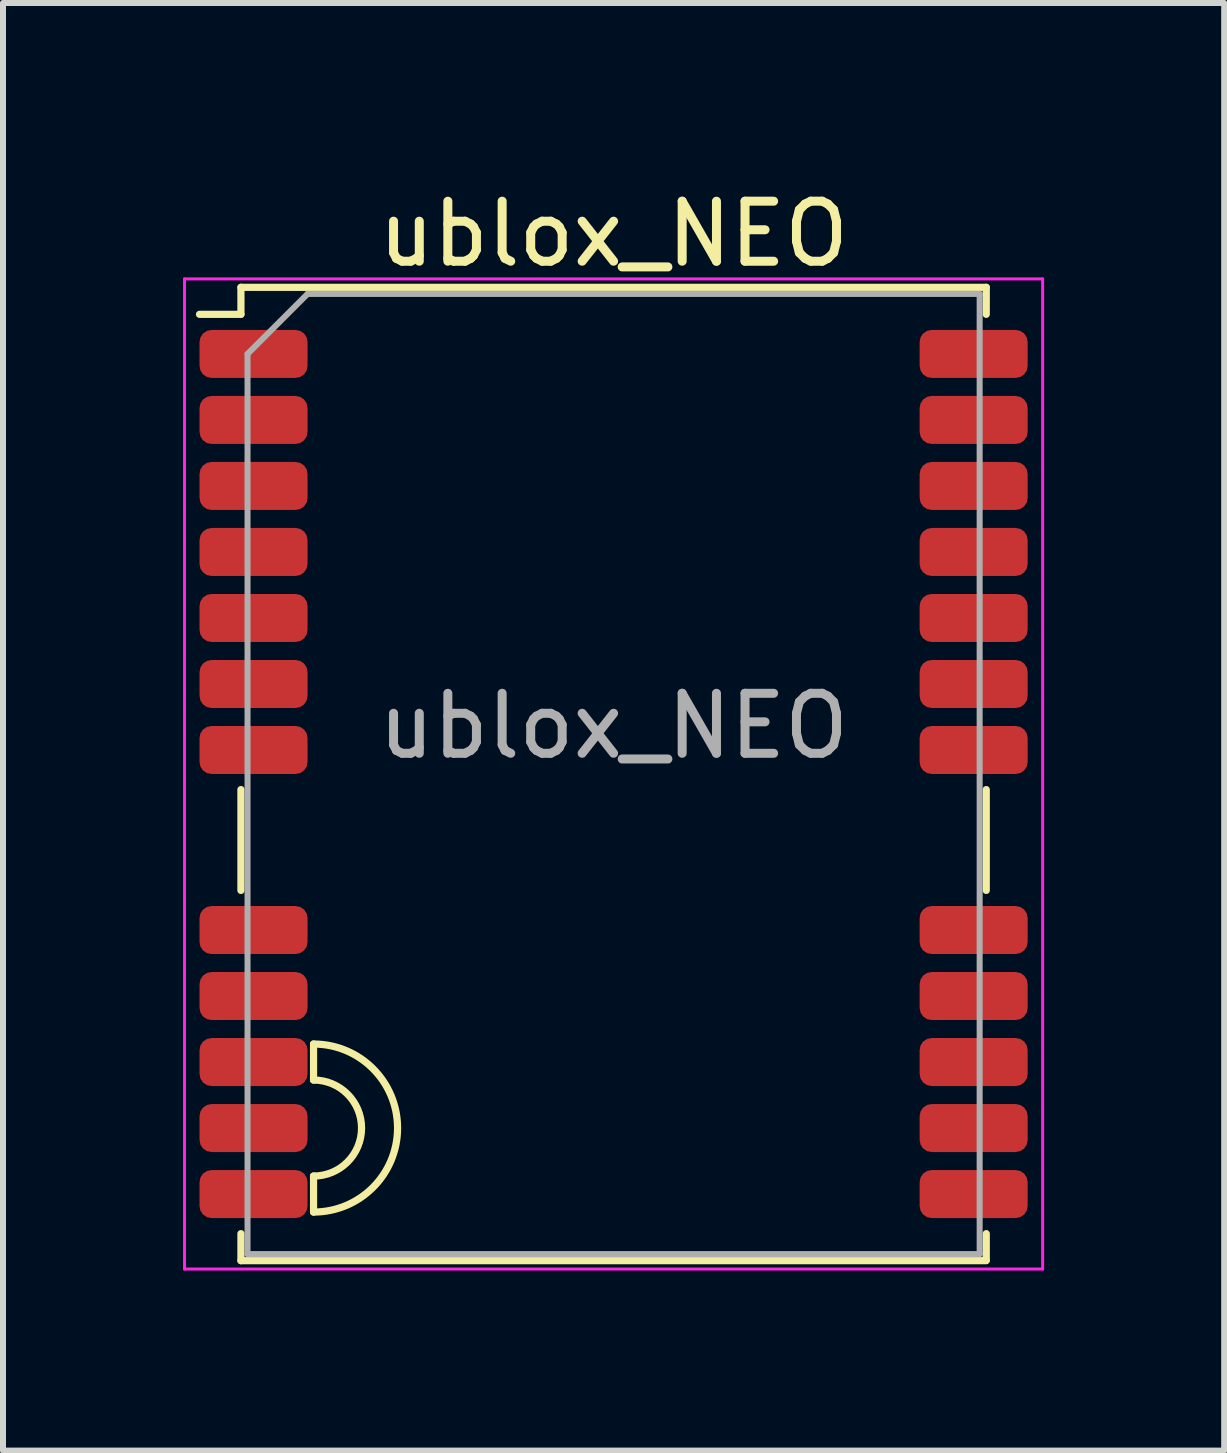
<source format=kicad_pcb>
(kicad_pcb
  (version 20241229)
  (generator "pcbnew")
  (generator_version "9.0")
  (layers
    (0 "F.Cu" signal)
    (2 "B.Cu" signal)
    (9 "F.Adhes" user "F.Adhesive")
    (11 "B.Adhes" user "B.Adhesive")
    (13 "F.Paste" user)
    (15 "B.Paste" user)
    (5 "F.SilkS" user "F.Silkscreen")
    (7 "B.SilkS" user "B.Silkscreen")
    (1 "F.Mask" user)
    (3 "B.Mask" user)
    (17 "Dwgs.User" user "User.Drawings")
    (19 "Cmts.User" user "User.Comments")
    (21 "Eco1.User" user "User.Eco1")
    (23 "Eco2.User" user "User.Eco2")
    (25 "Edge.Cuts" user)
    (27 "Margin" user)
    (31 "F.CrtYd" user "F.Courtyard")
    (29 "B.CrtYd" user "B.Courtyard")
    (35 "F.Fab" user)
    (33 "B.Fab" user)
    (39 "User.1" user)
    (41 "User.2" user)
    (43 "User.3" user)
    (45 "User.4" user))
  (footprint "ublox_NEO"
    (layer "F.Cu")
    (at 7.175 9.848)
    (property "Reference" "ublox_NEO" (at 0 -9 0) (layer "F.SilkS") (effects (font (size 1 1) (thickness 0.15))))
    (attr smd)
    (fp_line (start -6.9 -7.66) (end -6.21 -7.66) (stroke (width 0.12) (type solid)) (layer "F.SilkS"))
    (fp_line (start -6.21 -8.11) (end -6.21 -7.66) (stroke (width 0.12) (type solid)) (layer "F.SilkS"))
    (fp_line (start -6.21 -8.11) (end 6.21 -8.11) (stroke (width 0.12) (type solid)) (layer "F.SilkS"))
    (fp_line (start -6.21 0.26) (end -6.21 1.94) (stroke (width 0.12) (type solid)) (layer "F.SilkS"))
    (fp_line (start -6.21 7.66) (end -6.21 8.11) (stroke (width 0.12) (type solid)) (layer "F.SilkS"))
    (fp_line (start -6.21 8.11) (end 6.21 8.11) (stroke (width 0.12) (type solid)) (layer "F.SilkS"))
    (fp_line (start -5 5.1) (end -5 4.5) (stroke (width 0.12) (type solid)) (layer "F.SilkS"))
    (fp_line (start -5 6.7) (end -5 7.3) (stroke (width 0.12) (type solid)) (layer "F.SilkS"))
    (fp_line (start 6.21 -8.11) (end 6.21 -7.66) (stroke (width 0.12) (type solid)) (layer "F.SilkS"))
    (fp_line (start 6.21 0.26) (end 6.21 1.94) (stroke (width 0.12) (type solid)) (layer "F.SilkS"))
    (fp_line (start 6.21 7.66) (end 6.21 8.1) (stroke (width 0.12) (type solid)) (layer "F.SilkS"))
    (fp_arc (start -5 4.5) (mid -3.6 5.9) (end -5 7.3) (stroke (width 0.12) (type solid)) (layer "F.SilkS"))
    (fp_arc (start -5 5.1) (mid -4.2 5.9) (end -5 6.7) (stroke (width 0.12) (type solid)) (layer "F.SilkS"))
    (fp_line (start -7.15 -8.25) (end -7.15 8.25) (stroke (width 0.05) (type solid)) (layer "F.CrtYd"))
    (fp_line (start -7.15 -8.25) (end 7.15 -8.25) (stroke (width 0.05) (type solid)) (layer "F.CrtYd"))
    (fp_line (start -7.15 8.25) (end 7.15 8.25) (stroke (width 0.05) (type solid)) (layer "F.CrtYd"))
    (fp_line (start 7.15 -8.25) (end 7.15 8.25) (stroke (width 0.05) (type solid)) (layer "F.CrtYd"))
    (fp_line (start -6.1 -7) (end -6.1 8) (stroke (width 0.1) (type solid)) (layer "F.Fab"))
    (fp_line (start -6.1 8) (end 6.1 8) (stroke (width 0.1) (type solid)) (layer "F.Fab"))
    (fp_line (start -5.1 -8) (end -6.1 -7) (stroke (width 0.1) (type solid)) (layer "F.Fab"))
    (fp_line (start -5.1 -8) (end 6.1 -8) (stroke (width 0.1) (type solid)) (layer "F.Fab"))
    (fp_line (start 6.1 -8) (end 6.1 8) (stroke (width 0.1) (type solid)) (layer "F.Fab"))
    (fp_text user "${REFERENCE}" (at 0 -0.8 0) (layer "F.Fab") (effects (font (size 1 1) (thickness 0.15))))
    (pad "1" smd roundrect (at -6 -7) (size 1.8 0.8) (layers "F.Cu" "F.Mask" "F.Paste") (roundrect_rratio 0.25))
    (pad "2" smd roundrect (at -6 -5.9) (size 1.8 0.8) (layers "F.Cu" "F.Mask" "F.Paste") (roundrect_rratio 0.25))
    (pad "3" smd roundrect (at -6 -4.8) (size 1.8 0.8) (layers "F.Cu" "F.Mask" "F.Paste") (roundrect_rratio 0.25))
    (pad "4" smd roundrect (at -6 -3.7) (size 1.8 0.8) (layers "F.Cu" "F.Mask" "F.Paste") (roundrect_rratio 0.25))
    (pad "5" smd roundrect (at -6 -2.6) (size 1.8 0.8) (layers "F.Cu" "F.Mask" "F.Paste") (roundrect_rratio 0.25))
    (pad "6" smd roundrect (at -6 -1.5) (size 1.8 0.8) (layers "F.Cu" "F.Mask" "F.Paste") (roundrect_rratio 0.25))
    (pad "7" smd roundrect (at -6 -0.4) (size 1.8 0.8) (layers "F.Cu" "F.Mask" "F.Paste") (roundrect_rratio 0.25))
    (pad "8" smd roundrect (at -6 2.6) (size 1.8 0.8) (layers "F.Cu" "F.Mask" "F.Paste") (roundrect_rratio 0.25))
    (pad "9" smd roundrect (at -6 3.7) (size 1.8 0.8) (layers "F.Cu" "F.Mask" "F.Paste") (roundrect_rratio 0.25))
    (pad "10" smd roundrect (at -6 4.8) (size 1.8 0.8) (layers "F.Cu" "F.Mask" "F.Paste") (roundrect_rratio 0.25))
    (pad "11" smd roundrect (at -6 5.9) (size 1.8 0.8) (layers "F.Cu" "F.Mask" "F.Paste") (roundrect_rratio 0.25))
    (pad "12" smd roundrect (at -6 7) (size 1.8 0.8) (layers "F.Cu" "F.Mask" "F.Paste") (roundrect_rratio 0.25))
    (pad "13" smd roundrect (at 6 7) (size 1.8 0.8) (layers "F.Cu" "F.Mask" "F.Paste") (roundrect_rratio 0.25))
    (pad "14" smd roundrect (at 6 5.9) (size 1.8 0.8) (layers "F.Cu" "F.Mask" "F.Paste") (roundrect_rratio 0.25))
    (pad "15" smd roundrect (at 6 4.8) (size 1.8 0.8) (layers "F.Cu" "F.Mask" "F.Paste") (roundrect_rratio 0.25))
    (pad "16" smd roundrect (at 6 3.7) (size 1.8 0.8) (layers "F.Cu" "F.Mask" "F.Paste") (roundrect_rratio 0.25))
    (pad "17" smd roundrect (at 6 2.6) (size 1.8 0.8) (layers "F.Cu" "F.Mask" "F.Paste") (roundrect_rratio 0.25))
    (pad "18" smd roundrect (at 6 -0.4) (size 1.8 0.8) (layers "F.Cu" "F.Mask" "F.Paste") (roundrect_rratio 0.25))
    (pad "19" smd roundrect (at 6 -1.5) (size 1.8 0.8) (layers "F.Cu" "F.Mask" "F.Paste") (roundrect_rratio 0.25))
    (pad "20" smd roundrect (at 6 -2.6) (size 1.8 0.8) (layers "F.Cu" "F.Mask" "F.Paste") (roundrect_rratio 0.25))
    (pad "21" smd roundrect (at 6 -3.7) (size 1.8 0.8) (layers "F.Cu" "F.Mask" "F.Paste") (roundrect_rratio 0.25))
    (pad "22" smd roundrect (at 6 -4.8) (size 1.8 0.8) (layers "F.Cu" "F.Mask" "F.Paste") (roundrect_rratio 0.25))
    (pad "23" smd roundrect (at 6 -5.9) (size 1.8 0.8) (layers "F.Cu" "F.Mask" "F.Paste") (roundrect_rratio 0.25))
    (pad "24" smd roundrect (at 6 -7) (size 1.8 0.8) (layers "F.Cu" "F.Mask" "F.Paste") (roundrect_rratio 0.25)))
  (gr_rect
    (start -3 -3)
    (end 17.35 21.123)
    (stroke (width 0.1) (type default))
    (fill no)
    (layer "Edge.Cuts")))
</source>
